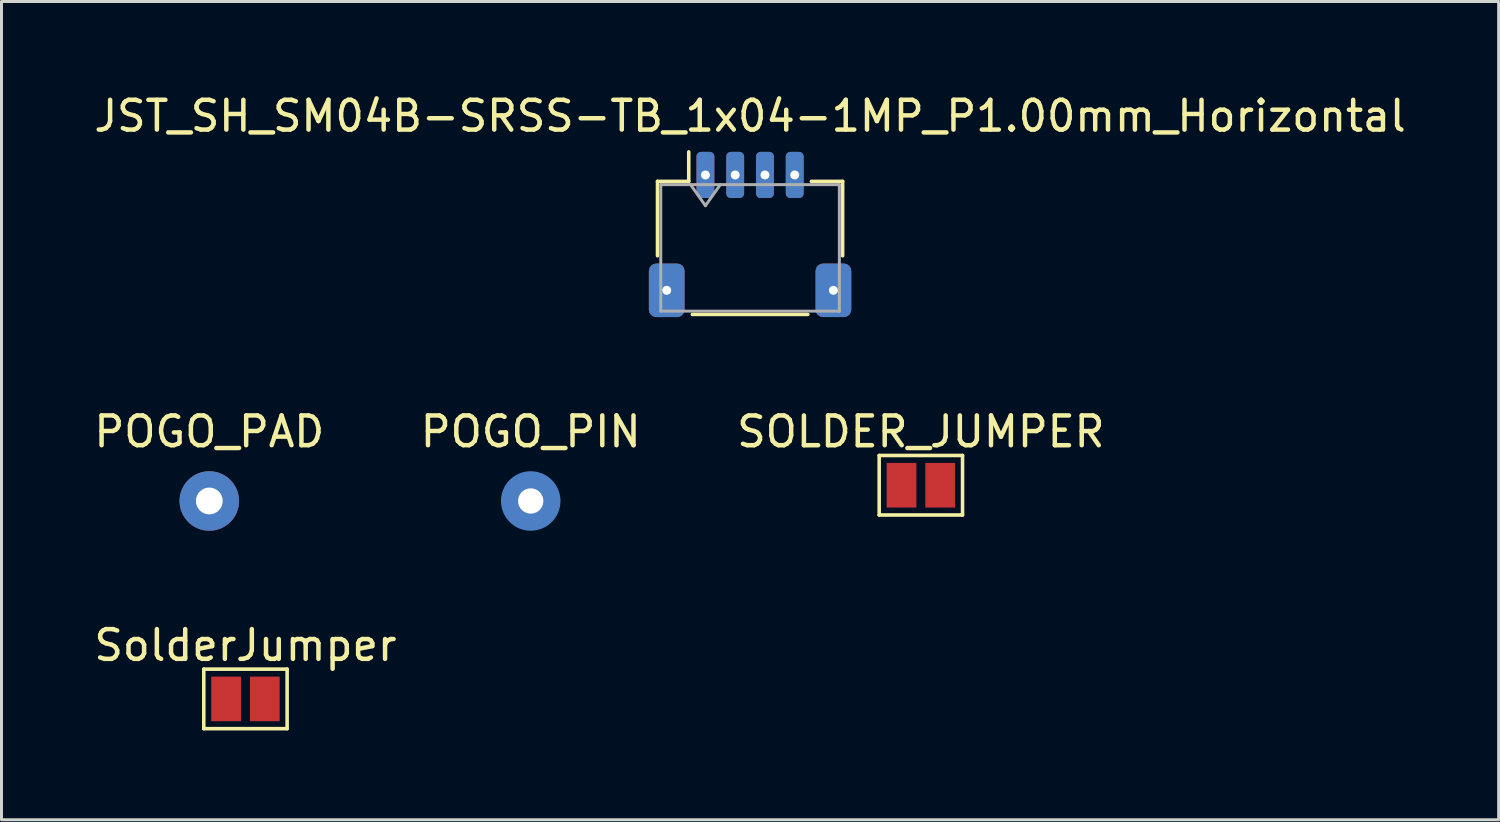
<source format=kicad_pcb>
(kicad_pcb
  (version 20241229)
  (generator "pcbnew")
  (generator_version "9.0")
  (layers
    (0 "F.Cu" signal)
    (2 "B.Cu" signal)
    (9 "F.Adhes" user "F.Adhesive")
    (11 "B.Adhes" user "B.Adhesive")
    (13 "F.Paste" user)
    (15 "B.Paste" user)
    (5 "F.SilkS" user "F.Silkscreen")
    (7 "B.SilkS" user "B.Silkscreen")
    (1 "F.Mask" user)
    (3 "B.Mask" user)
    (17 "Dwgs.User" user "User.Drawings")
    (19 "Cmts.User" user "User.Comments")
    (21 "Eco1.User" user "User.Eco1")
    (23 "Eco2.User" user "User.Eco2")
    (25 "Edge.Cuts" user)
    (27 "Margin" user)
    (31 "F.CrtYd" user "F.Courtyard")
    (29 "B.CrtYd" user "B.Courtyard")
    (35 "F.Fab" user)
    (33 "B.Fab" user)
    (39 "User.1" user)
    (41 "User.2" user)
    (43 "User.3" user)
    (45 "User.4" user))
  (footprint "SolderJumper"
    (layer "F.Cu")
    (at 5.196 20.43)
    (property "Reference" "SolderJumper" (at 0 -1.8 0) (layer "F.SilkS") (effects (font (size 1 1) (thickness 0.15))))
    (attr exclude_from_pos_files exclude_from_bom)
    (fp_line (start -1.4 -1) (end 1.4 -1) (stroke (width 0.12) (type solid)) (layer "F.SilkS"))
    (fp_line (start -1.4 1) (end -1.4 -1) (stroke (width 0.12) (type solid)) (layer "F.SilkS"))
    (fp_line (start 1.4 -1) (end 1.4 1) (stroke (width 0.12) (type solid)) (layer "F.SilkS"))
    (fp_line (start 1.4 1) (end -1.4 1) (stroke (width 0.12) (type solid)) (layer "F.SilkS"))
    (pad "1" smd rect (at -0.65 0) (size 1 1.5) (layers "F.Cu" "F.Mask"))
    (pad "2" smd rect (at 0.65 0) (size 1 1.5) (layers "F.Cu" "F.Mask")))
  (footprint "POGO_PAD"
    (layer "F.Cu")
    (at 3.982 13.781)
    (property "Reference" "POGO_PAD" (at 0 -2.33 0) (layer "F.SilkS") (effects (font (size 1 1) (thickness 0.15))))
    (attr through_hole)
    (pad "1" thru_hole circle (at 0 0) (size 2 2) (drill 0.9) (layers "*.Cu" "*.Mask")))
  (footprint "SOLDER_JUMPER"
    (layer "F.Cu")
    (at 27.887 13.252)
    (property "Reference" "SOLDER_JUMPER" (at 0 -1.8 0) (layer "F.SilkS") (effects (font (size 1 1) (thickness 0.15))))
    (attr exclude_from_pos_files exclude_from_bom)
    (fp_line (start -1.4 -1) (end 1.4 -1) (stroke (width 0.12) (type solid)) (layer "F.SilkS"))
    (fp_line (start -1.4 1) (end -1.4 -1) (stroke (width 0.12) (type solid)) (layer "F.SilkS"))
    (fp_line (start 1.4 -1) (end 1.4 1) (stroke (width 0.12) (type solid)) (layer "F.SilkS"))
    (fp_line (start 1.4 1) (end -1.4 1) (stroke (width 0.12) (type solid)) (layer "F.SilkS"))
    (pad "1" smd rect (at -0.65 0) (size 1 1.5) (layers "F.Cu" "F.Mask"))
    (pad "2" smd rect (at 0.65 0) (size 1 1.5) (layers "F.Cu" "F.Mask")))
  (footprint "POGO_PIN"
    (layer "F.Cu")
    (at 14.78 13.781)
    (property "Reference" "POGO_PIN" (at 0 -2.33 0) (layer "F.SilkS") (effects (font (size 1 1) (thickness 0.15))))
    (attr through_hole)
    (fp_circle (center 0 0) (end 0.85 0) (stroke (width 0.3) (type solid)) (fill no) (layer "B.Cu"))
    (fp_circle (center 0 0) (end 0.85 0) (stroke (width 0.3) (type solid)) (fill no) (layer "B.Mask"))
    (pad "1" thru_hole circle (at 0 0) (size 1.5 1.5) (drill 0.85) (layers "*.Cu" "*.Mask")))
  (footprint "JST_SH_SM04B-SRSS-TB_1x04-1MP_P1.00mm_Horizontal"
    (layer "F.Cu")
    (at 22.149 4.828)
    (property "Reference" "JST_SH_SM04B-SRSS-TB_1x04-1MP_P1.00mm_Horizontal" (at 0 -3.98 0) (layer "F.SilkS") (effects (font (size 1 1) (thickness 0.15))))
    (attr smd)
    (fp_line (start -3.11 -1.785) (end -2.06 -1.785) (stroke (width 0.12) (type solid)) (layer "F.SilkS"))
    (fp_line (start -3.11 0.715) (end -3.11 -1.785) (stroke (width 0.12) (type solid)) (layer "F.SilkS"))
    (fp_line (start -2.06 -1.785) (end -2.06 -2.775) (stroke (width 0.12) (type solid)) (layer "F.SilkS"))
    (fp_line (start -1.94 2.685) (end 1.94 2.685) (stroke (width 0.12) (type solid)) (layer "F.SilkS"))
    (fp_line (start 3.11 -1.785) (end 2.06 -1.785) (stroke (width 0.12) (type solid)) (layer "F.SilkS"))
    (fp_line (start 3.11 0.715) (end 3.11 -1.785) (stroke (width 0.12) (type solid)) (layer "F.SilkS"))
    (fp_line (start -3 -1.675) (end -3 2.575) (stroke (width 0.1) (type solid)) (layer "F.Fab"))
    (fp_line (start -3 -1.675) (end 3 -1.675) (stroke (width 0.1) (type solid)) (layer "F.Fab"))
    (fp_line (start -3 2.575) (end 3 2.575) (stroke (width 0.1) (type solid)) (layer "F.Fab"))
    (fp_line (start -2 -1.675) (end -1.5 -0.968) (stroke (width 0.1) (type solid)) (layer "F.Fab"))
    (fp_line (start -1.5 -0.968) (end -1 -1.675) (stroke (width 0.1) (type solid)) (layer "F.Fab"))
    (fp_line (start 3 -1.675) (end 3 2.575) (stroke (width 0.1) (type solid)) (layer "F.Fab"))
    (pad "1" thru_hole roundrect (at -1.5 -2) (size 0.6 1.55) (drill 0.3) (layers "*.Cu" "F.Mask" "F.Paste") (roundrect_rratio 0.25))
    (pad "2" thru_hole roundrect (at -0.5 -2) (size 0.6 1.55) (drill 0.3) (layers "*.Cu" "F.Mask" "F.Paste") (roundrect_rratio 0.25))
    (pad "3" thru_hole roundrect (at 0.5 -2) (size 0.6 1.55) (drill 0.3) (layers "*.Cu" "F.Mask" "F.Paste") (roundrect_rratio 0.25))
    (pad "4" thru_hole roundrect (at 1.5 -2) (size 0.6 1.55) (drill 0.3) (layers "*.Cu" "F.Mask" "F.Paste") (roundrect_rratio 0.25))
    (pad "MP" thru_hole roundrect (at -2.8 1.875) (size 1.2 1.8) (drill 0.3) (layers "*.Cu" "F.Mask" "F.Paste") (roundrect_rratio 0.208))
    (pad "MP" thru_hole roundrect (at 2.8 1.875) (size 1.2 1.8) (drill 0.3) (layers "*.Cu" "F.Mask" "F.Paste") (roundrect_rratio 0.208)))
  (gr_rect
    (start -3 -3)
    (end 47.298 24.49)
    (stroke (width 0.1) (type default))
    (fill no)
    (layer "Edge.Cuts")))
</source>
